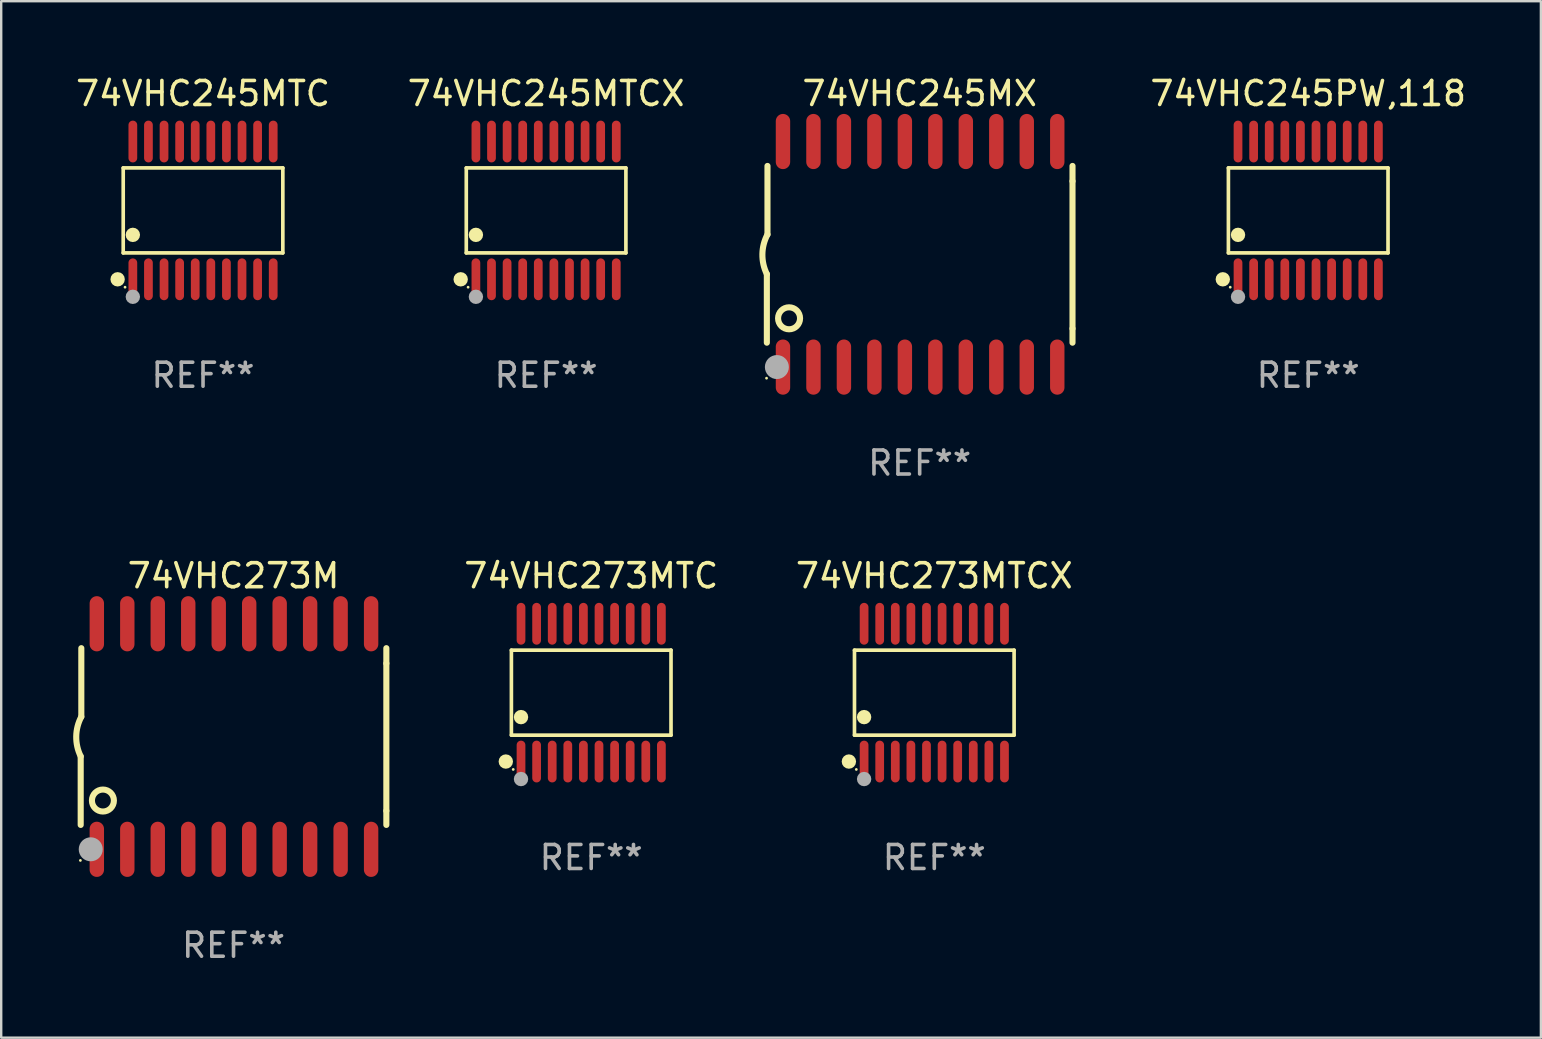
<source format=kicad_pcb>
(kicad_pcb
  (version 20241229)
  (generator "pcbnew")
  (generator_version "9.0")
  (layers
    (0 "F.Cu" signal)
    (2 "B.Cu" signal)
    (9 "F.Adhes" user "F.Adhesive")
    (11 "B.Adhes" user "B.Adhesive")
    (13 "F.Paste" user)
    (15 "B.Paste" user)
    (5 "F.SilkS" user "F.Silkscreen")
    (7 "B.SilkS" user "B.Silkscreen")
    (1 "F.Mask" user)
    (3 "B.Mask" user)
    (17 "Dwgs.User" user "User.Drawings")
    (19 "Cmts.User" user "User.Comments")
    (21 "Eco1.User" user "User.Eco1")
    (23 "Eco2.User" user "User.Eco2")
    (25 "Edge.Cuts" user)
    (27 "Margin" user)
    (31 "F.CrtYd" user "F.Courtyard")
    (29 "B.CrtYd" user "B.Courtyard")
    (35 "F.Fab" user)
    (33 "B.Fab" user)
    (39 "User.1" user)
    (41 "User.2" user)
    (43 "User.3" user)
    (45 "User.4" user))
  (footprint "74VHC245PW,118"
    (layer "F.Cu")
    (at 51.469 5.719)
    (property "Reference" "74VHC245PW,118" (at 0 -4.871 0) (layer "F.SilkS") (effects (font (size 1 1) (thickness 0.15))))
    (attr through_hole)
    (fp_line (start -3.326 -1.771) (end 3.326 -1.771) (stroke (width 0.152) (type solid)) (layer "F.SilkS"))
    (fp_line (start -3.326 1.771) (end -3.326 -1.771) (stroke (width 0.152) (type solid)) (layer "F.SilkS"))
    (fp_line (start 3.326 -1.771) (end 3.326 1.771) (stroke (width 0.152) (type solid)) (layer "F.SilkS"))
    (fp_line (start 3.326 1.771) (end -3.326 1.771) (stroke (width 0.152) (type solid)) (layer "F.SilkS"))
    (fp_circle (center -3.559 2.871) (end -3.409 2.871) (stroke (width 0.3) (type solid)) (fill no) (layer "F.SilkS"))
    (fp_circle (center -3.25 3.2) (end -3.22 3.2) (stroke (width 0.06) (type solid)) (fill no) (layer "F.SilkS"))
    (fp_circle (center -2.925 1.019) (end -2.775 1.019) (stroke (width 0.3) (type solid)) (fill no) (layer "F.SilkS"))
    (fp_circle (center -2.925 3.6) (end -2.775 3.6) (stroke (width 0.3) (type solid)) (fill no) (layer "F.Fab"))
    (fp_text user "REF**" (at 0 6.871 0) (layer "F.Fab") (effects (font (size 1 1) (thickness 0.15))))
    (pad "1" smd oval (at -2.925 2.871) (size 0.364 1.742) (layers "F.Cu" "F.Mask" "F.Paste"))
    (pad "2" smd oval (at -2.275 2.871) (size 0.364 1.742) (layers "F.Cu" "F.Mask" "F.Paste"))
    (pad "3" smd oval (at -1.625 2.871) (size 0.364 1.742) (layers "F.Cu" "F.Mask" "F.Paste"))
    (pad "4" smd oval (at -0.975 2.871) (size 0.364 1.742) (layers "F.Cu" "F.Mask" "F.Paste"))
    (pad "5" smd oval (at -0.325 2.871) (size 0.364 1.742) (layers "F.Cu" "F.Mask" "F.Paste"))
    (pad "6" smd oval (at 0.325 2.871) (size 0.364 1.742) (layers "F.Cu" "F.Mask" "F.Paste"))
    (pad "7" smd oval (at 0.975 2.871) (size 0.364 1.742) (layers "F.Cu" "F.Mask" "F.Paste"))
    (pad "8" smd oval (at 1.625 2.871) (size 0.364 1.742) (layers "F.Cu" "F.Mask" "F.Paste"))
    (pad "9" smd oval (at 2.275 2.871) (size 0.364 1.742) (layers "F.Cu" "F.Mask" "F.Paste"))
    (pad "10" smd oval (at 2.925 2.871) (size 0.364 1.742) (layers "F.Cu" "F.Mask" "F.Paste"))
    (pad "11" smd oval (at 2.925 -2.871) (size 0.364 1.742) (layers "F.Cu" "F.Mask" "F.Paste"))
    (pad "12" smd oval (at 2.275 -2.871) (size 0.364 1.742) (layers "F.Cu" "F.Mask" "F.Paste"))
    (pad "13" smd oval (at 1.625 -2.871) (size 0.364 1.742) (layers "F.Cu" "F.Mask" "F.Paste"))
    (pad "14" smd oval (at 0.975 -2.871) (size 0.364 1.742) (layers "F.Cu" "F.Mask" "F.Paste"))
    (pad "15" smd oval (at 0.325 -2.871) (size 0.364 1.742) (layers "F.Cu" "F.Mask" "F.Paste"))
    (pad "16" smd oval (at -0.325 -2.871) (size 0.364 1.742) (layers "F.Cu" "F.Mask" "F.Paste"))
    (pad "17" smd oval (at -0.975 -2.871) (size 0.364 1.742) (layers "F.Cu" "F.Mask" "F.Paste"))
    (pad "18" smd oval (at -1.625 -2.871) (size 0.364 1.742) (layers "F.Cu" "F.Mask" "F.Paste"))
    (pad "19" smd oval (at -2.275 -2.871) (size 0.364 1.742) (layers "F.Cu" "F.Mask" "F.Paste"))
    (pad "20" smd oval (at -2.925 -2.871) (size 0.364 1.742) (layers "F.Cu" "F.Mask" "F.Paste")))
  (footprint "74VHC273MTCX"
    (layer "F.Cu")
    (at 35.886 25.816)
    (property "Reference" "74VHC273MTCX" (at 0 -4.871 0) (layer "F.SilkS") (effects (font (size 1 1) (thickness 0.15))))
    (attr through_hole)
    (fp_line (start -3.326 -1.771) (end 3.326 -1.771) (stroke (width 0.152) (type solid)) (layer "F.SilkS"))
    (fp_line (start -3.326 1.771) (end -3.326 -1.771) (stroke (width 0.152) (type solid)) (layer "F.SilkS"))
    (fp_line (start 3.326 -1.771) (end 3.326 1.771) (stroke (width 0.152) (type solid)) (layer "F.SilkS"))
    (fp_line (start 3.326 1.771) (end -3.326 1.771) (stroke (width 0.152) (type solid)) (layer "F.SilkS"))
    (fp_circle (center -3.559 2.871) (end -3.409 2.871) (stroke (width 0.3) (type solid)) (fill no) (layer "F.SilkS"))
    (fp_circle (center -3.25 3.2) (end -3.22 3.2) (stroke (width 0.06) (type solid)) (fill no) (layer "F.SilkS"))
    (fp_circle (center -2.925 1.019) (end -2.775 1.019) (stroke (width 0.3) (type solid)) (fill no) (layer "F.SilkS"))
    (fp_circle (center -2.925 3.6) (end -2.775 3.6) (stroke (width 0.3) (type solid)) (fill no) (layer "F.Fab"))
    (fp_text user "REF**" (at 0 6.871 0) (layer "F.Fab") (effects (font (size 1 1) (thickness 0.15))))
    (pad "1" smd oval (at -2.925 2.871) (size 0.364 1.742) (layers "F.Cu" "F.Mask" "F.Paste"))
    (pad "2" smd oval (at -2.275 2.871) (size 0.364 1.742) (layers "F.Cu" "F.Mask" "F.Paste"))
    (pad "3" smd oval (at -1.625 2.871) (size 0.364 1.742) (layers "F.Cu" "F.Mask" "F.Paste"))
    (pad "4" smd oval (at -0.975 2.871) (size 0.364 1.742) (layers "F.Cu" "F.Mask" "F.Paste"))
    (pad "5" smd oval (at -0.325 2.871) (size 0.364 1.742) (layers "F.Cu" "F.Mask" "F.Paste"))
    (pad "6" smd oval (at 0.325 2.871) (size 0.364 1.742) (layers "F.Cu" "F.Mask" "F.Paste"))
    (pad "7" smd oval (at 0.975 2.871) (size 0.364 1.742) (layers "F.Cu" "F.Mask" "F.Paste"))
    (pad "8" smd oval (at 1.625 2.871) (size 0.364 1.742) (layers "F.Cu" "F.Mask" "F.Paste"))
    (pad "9" smd oval (at 2.275 2.871) (size 0.364 1.742) (layers "F.Cu" "F.Mask" "F.Paste"))
    (pad "10" smd oval (at 2.925 2.871) (size 0.364 1.742) (layers "F.Cu" "F.Mask" "F.Paste"))
    (pad "11" smd oval (at 2.925 -2.871) (size 0.364 1.742) (layers "F.Cu" "F.Mask" "F.Paste"))
    (pad "12" smd oval (at 2.275 -2.871) (size 0.364 1.742) (layers "F.Cu" "F.Mask" "F.Paste"))
    (pad "13" smd oval (at 1.625 -2.871) (size 0.364 1.742) (layers "F.Cu" "F.Mask" "F.Paste"))
    (pad "14" smd oval (at 0.975 -2.871) (size 0.364 1.742) (layers "F.Cu" "F.Mask" "F.Paste"))
    (pad "15" smd oval (at 0.325 -2.871) (size 0.364 1.742) (layers "F.Cu" "F.Mask" "F.Paste"))
    (pad "16" smd oval (at -0.325 -2.871) (size 0.364 1.742) (layers "F.Cu" "F.Mask" "F.Paste"))
    (pad "17" smd oval (at -0.975 -2.871) (size 0.364 1.742) (layers "F.Cu" "F.Mask" "F.Paste"))
    (pad "18" smd oval (at -1.625 -2.871) (size 0.364 1.742) (layers "F.Cu" "F.Mask" "F.Paste"))
    (pad "19" smd oval (at -2.275 -2.871) (size 0.364 1.742) (layers "F.Cu" "F.Mask" "F.Paste"))
    (pad "20" smd oval (at -2.925 -2.871) (size 0.364 1.742) (layers "F.Cu" "F.Mask" "F.Paste")))
  (footprint "74VHC245MTCX"
    (layer "F.Cu")
    (at 19.708 5.719)
    (property "Reference" "74VHC245MTCX" (at 0 -4.871 0) (layer "F.SilkS") (effects (font (size 1 1) (thickness 0.15))))
    (attr through_hole)
    (fp_line (start -3.326 -1.771) (end 3.326 -1.771) (stroke (width 0.152) (type solid)) (layer "F.SilkS"))
    (fp_line (start -3.326 1.771) (end -3.326 -1.771) (stroke (width 0.152) (type solid)) (layer "F.SilkS"))
    (fp_line (start 3.326 -1.771) (end 3.326 1.771) (stroke (width 0.152) (type solid)) (layer "F.SilkS"))
    (fp_line (start 3.326 1.771) (end -3.326 1.771) (stroke (width 0.152) (type solid)) (layer "F.SilkS"))
    (fp_circle (center -3.559 2.871) (end -3.409 2.871) (stroke (width 0.3) (type solid)) (fill no) (layer "F.SilkS"))
    (fp_circle (center -3.25 3.2) (end -3.22 3.2) (stroke (width 0.06) (type solid)) (fill no) (layer "F.SilkS"))
    (fp_circle (center -2.925 1.019) (end -2.775 1.019) (stroke (width 0.3) (type solid)) (fill no) (layer "F.SilkS"))
    (fp_circle (center -2.925 3.6) (end -2.775 3.6) (stroke (width 0.3) (type solid)) (fill no) (layer "F.Fab"))
    (fp_text user "REF**" (at 0 6.871 0) (layer "F.Fab") (effects (font (size 1 1) (thickness 0.15))))
    (pad "1" smd oval (at -2.925 2.871) (size 0.364 1.742) (layers "F.Cu" "F.Mask" "F.Paste"))
    (pad "2" smd oval (at -2.275 2.871) (size 0.364 1.742) (layers "F.Cu" "F.Mask" "F.Paste"))
    (pad "3" smd oval (at -1.625 2.871) (size 0.364 1.742) (layers "F.Cu" "F.Mask" "F.Paste"))
    (pad "4" smd oval (at -0.975 2.871) (size 0.364 1.742) (layers "F.Cu" "F.Mask" "F.Paste"))
    (pad "5" smd oval (at -0.325 2.871) (size 0.364 1.742) (layers "F.Cu" "F.Mask" "F.Paste"))
    (pad "6" smd oval (at 0.325 2.871) (size 0.364 1.742) (layers "F.Cu" "F.Mask" "F.Paste"))
    (pad "7" smd oval (at 0.975 2.871) (size 0.364 1.742) (layers "F.Cu" "F.Mask" "F.Paste"))
    (pad "8" smd oval (at 1.625 2.871) (size 0.364 1.742) (layers "F.Cu" "F.Mask" "F.Paste"))
    (pad "9" smd oval (at 2.275 2.871) (size 0.364 1.742) (layers "F.Cu" "F.Mask" "F.Paste"))
    (pad "10" smd oval (at 2.925 2.871) (size 0.364 1.742) (layers "F.Cu" "F.Mask" "F.Paste"))
    (pad "11" smd oval (at 2.925 -2.871) (size 0.364 1.742) (layers "F.Cu" "F.Mask" "F.Paste"))
    (pad "12" smd oval (at 2.275 -2.871) (size 0.364 1.742) (layers "F.Cu" "F.Mask" "F.Paste"))
    (pad "13" smd oval (at 1.625 -2.871) (size 0.364 1.742) (layers "F.Cu" "F.Mask" "F.Paste"))
    (pad "14" smd oval (at 0.975 -2.871) (size 0.364 1.742) (layers "F.Cu" "F.Mask" "F.Paste"))
    (pad "15" smd oval (at 0.325 -2.871) (size 0.364 1.742) (layers "F.Cu" "F.Mask" "F.Paste"))
    (pad "16" smd oval (at -0.325 -2.871) (size 0.364 1.742) (layers "F.Cu" "F.Mask" "F.Paste"))
    (pad "17" smd oval (at -0.975 -2.871) (size 0.364 1.742) (layers "F.Cu" "F.Mask" "F.Paste"))
    (pad "18" smd oval (at -1.625 -2.871) (size 0.364 1.742) (layers "F.Cu" "F.Mask" "F.Paste"))
    (pad "19" smd oval (at -2.275 -2.871) (size 0.364 1.742) (layers "F.Cu" "F.Mask" "F.Paste"))
    (pad "20" smd oval (at -2.925 -2.871) (size 0.364 1.742) (layers "F.Cu" "F.Mask" "F.Paste")))
  (footprint "74VHC245MX"
    (layer "F.Cu")
    (at 35.277 7.548)
    (property "Reference" "74VHC245MX" (at 0 -6.7 0) (layer "F.SilkS") (effects (font (size 1 1) (thickness 0.15))))
    (attr through_hole)
    (fp_line (start -6.369 0.826) (end -6.369 3.683) (stroke (width 0.254) (type solid)) (layer "F.SilkS"))
    (fp_line (start -6.343 -0.825) (end -6.343 -3.683) (stroke (width 0.254) (type solid)) (layer "F.SilkS"))
    (fp_line (start 6.369 -3.048) (end 6.369 -3.683) (stroke (width 0.254) (type solid)) (layer "F.SilkS"))
    (fp_line (start 6.369 -3.048) (end 6.369 3.096) (stroke (width 0.254) (type solid)) (layer "F.SilkS"))
    (fp_line (start 6.369 3.096) (end 6.369 3.683) (stroke (width 0.254) (type solid)) (layer "F.SilkS"))
    (fp_arc (start -6.36853 0.825552) (mid -6.554743 -0.00301) (end -6.343129 -0.825451) (stroke (width 0.254001) (type solid)) (layer "F.SilkS"))
    (fp_circle (center -6.382 5.163) (end -6.352 5.163) (stroke (width 0.06) (type solid)) (fill no) (layer "F.SilkS"))
    (fp_circle (center -5.443 2.667) (end -4.985 2.667) (stroke (width 0.254) (type solid)) (fill no) (layer "F.SilkS"))
    (fp_circle (center -5.951 4.699) (end -5.701 4.699) (stroke (width 0.5) (type solid)) (fill no) (layer "F.Fab"))
    (fp_text user "REF**" (at 0 8.7 0) (layer "F.Fab") (effects (font (size 1 1) (thickness 0.15))))
    (pad "1" smd oval (at -5.697 4.7 180) (size 0.6 2.3) (layers "F.Cu" "F.Mask" "F.Paste"))
    (pad "2" smd oval (at -4.427 4.7 180) (size 0.6 2.3) (layers "F.Cu" "F.Mask" "F.Paste"))
    (pad "3" smd oval (at -3.157 4.7 180) (size 0.6 2.3) (layers "F.Cu" "F.Mask" "F.Paste"))
    (pad "4" smd oval (at -1.887 4.7 180) (size 0.6 2.3) (layers "F.Cu" "F.Mask" "F.Paste"))
    (pad "5" smd oval (at -0.617 4.7 180) (size 0.6 2.3) (layers "F.Cu" "F.Mask" "F.Paste"))
    (pad "6" smd oval (at 0.653 4.7 180) (size 0.6 2.3) (layers "F.Cu" "F.Mask" "F.Paste"))
    (pad "7" smd oval (at 1.923 4.7 180) (size 0.6 2.3) (layers "F.Cu" "F.Mask" "F.Paste"))
    (pad "8" smd oval (at 3.193 4.7 180) (size 0.6 2.3) (layers "F.Cu" "F.Mask" "F.Paste"))
    (pad "9" smd oval (at 4.463 4.7 180) (size 0.6 2.3) (layers "F.Cu" "F.Mask" "F.Paste"))
    (pad "10" smd oval (at 5.734 4.7 180) (size 0.6 2.3) (layers "F.Cu" "F.Mask" "F.Paste"))
    (pad "11" smd oval (at 5.734 -4.7 180) (size 0.6 2.3) (layers "F.Cu" "F.Mask" "F.Paste"))
    (pad "12" smd oval (at 4.463 -4.7 180) (size 0.6 2.3) (layers "F.Cu" "F.Mask" "F.Paste"))
    (pad "13" smd oval (at 3.193 -4.7 180) (size 0.6 2.3) (layers "F.Cu" "F.Mask" "F.Paste"))
    (pad "14" smd oval (at 1.923 -4.7 180) (size 0.6 2.3) (layers "F.Cu" "F.Mask" "F.Paste"))
    (pad "15" smd oval (at 0.653 -4.7 180) (size 0.6 2.3) (layers "F.Cu" "F.Mask" "F.Paste"))
    (pad "16" smd oval (at -0.617 -4.7 180) (size 0.6 2.3) (layers "F.Cu" "F.Mask" "F.Paste"))
    (pad "17" smd oval (at -1.887 -4.7 180) (size 0.6 2.3) (layers "F.Cu" "F.Mask" "F.Paste"))
    (pad "18" smd oval (at -3.157 -4.7 180) (size 0.6 2.3) (layers "F.Cu" "F.Mask" "F.Paste"))
    (pad "19" smd oval (at -4.427 -4.7 180) (size 0.6 2.3) (layers "F.Cu" "F.Mask" "F.Paste"))
    (pad "20" smd oval (at -5.697 -4.7 180) (size 0.6 2.3) (layers "F.Cu" "F.Mask" "F.Paste")))
  (footprint "74VHC245MTC"
    (layer "F.Cu")
    (at 5.411 5.719)
    (property "Reference" "74VHC245MTC" (at 0 -4.871 0) (layer "F.SilkS") (effects (font (size 1 1) (thickness 0.15))))
    (attr through_hole)
    (fp_line (start -3.326 -1.771) (end 3.326 -1.771) (stroke (width 0.152) (type solid)) (layer "F.SilkS"))
    (fp_line (start -3.326 1.771) (end -3.326 -1.771) (stroke (width 0.152) (type solid)) (layer "F.SilkS"))
    (fp_line (start 3.326 -1.771) (end 3.326 1.771) (stroke (width 0.152) (type solid)) (layer "F.SilkS"))
    (fp_line (start 3.326 1.771) (end -3.326 1.771) (stroke (width 0.152) (type solid)) (layer "F.SilkS"))
    (fp_circle (center -3.559 2.871) (end -3.409 2.871) (stroke (width 0.3) (type solid)) (fill no) (layer "F.SilkS"))
    (fp_circle (center -3.25 3.2) (end -3.22 3.2) (stroke (width 0.06) (type solid)) (fill no) (layer "F.SilkS"))
    (fp_circle (center -2.925 1.019) (end -2.775 1.019) (stroke (width 0.3) (type solid)) (fill no) (layer "F.SilkS"))
    (fp_circle (center -2.925 3.6) (end -2.775 3.6) (stroke (width 0.3) (type solid)) (fill no) (layer "F.Fab"))
    (fp_text user "REF**" (at 0 6.871 0) (layer "F.Fab") (effects (font (size 1 1) (thickness 0.15))))
    (pad "1" smd oval (at -2.925 2.871) (size 0.364 1.742) (layers "F.Cu" "F.Mask" "F.Paste"))
    (pad "2" smd oval (at -2.275 2.871) (size 0.364 1.742) (layers "F.Cu" "F.Mask" "F.Paste"))
    (pad "3" smd oval (at -1.625 2.871) (size 0.364 1.742) (layers "F.Cu" "F.Mask" "F.Paste"))
    (pad "4" smd oval (at -0.975 2.871) (size 0.364 1.742) (layers "F.Cu" "F.Mask" "F.Paste"))
    (pad "5" smd oval (at -0.325 2.871) (size 0.364 1.742) (layers "F.Cu" "F.Mask" "F.Paste"))
    (pad "6" smd oval (at 0.325 2.871) (size 0.364 1.742) (layers "F.Cu" "F.Mask" "F.Paste"))
    (pad "7" smd oval (at 0.975 2.871) (size 0.364 1.742) (layers "F.Cu" "F.Mask" "F.Paste"))
    (pad "8" smd oval (at 1.625 2.871) (size 0.364 1.742) (layers "F.Cu" "F.Mask" "F.Paste"))
    (pad "9" smd oval (at 2.275 2.871) (size 0.364 1.742) (layers "F.Cu" "F.Mask" "F.Paste"))
    (pad "10" smd oval (at 2.925 2.871) (size 0.364 1.742) (layers "F.Cu" "F.Mask" "F.Paste"))
    (pad "11" smd oval (at 2.925 -2.871) (size 0.364 1.742) (layers "F.Cu" "F.Mask" "F.Paste"))
    (pad "12" smd oval (at 2.275 -2.871) (size 0.364 1.742) (layers "F.Cu" "F.Mask" "F.Paste"))
    (pad "13" smd oval (at 1.625 -2.871) (size 0.364 1.742) (layers "F.Cu" "F.Mask" "F.Paste"))
    (pad "14" smd oval (at 0.975 -2.871) (size 0.364 1.742) (layers "F.Cu" "F.Mask" "F.Paste"))
    (pad "15" smd oval (at 0.325 -2.871) (size 0.364 1.742) (layers "F.Cu" "F.Mask" "F.Paste"))
    (pad "16" smd oval (at -0.325 -2.871) (size 0.364 1.742) (layers "F.Cu" "F.Mask" "F.Paste"))
    (pad "17" smd oval (at -0.975 -2.871) (size 0.364 1.742) (layers "F.Cu" "F.Mask" "F.Paste"))
    (pad "18" smd oval (at -1.625 -2.871) (size 0.364 1.742) (layers "F.Cu" "F.Mask" "F.Paste"))
    (pad "19" smd oval (at -2.275 -2.871) (size 0.364 1.742) (layers "F.Cu" "F.Mask" "F.Paste"))
    (pad "20" smd oval (at -2.925 -2.871) (size 0.364 1.742) (layers "F.Cu" "F.Mask" "F.Paste")))
  (footprint "74VHC273MTC"
    (layer "F.Cu")
    (at 21.588 25.816)
    (property "Reference" "74VHC273MTC" (at 0 -4.871 0) (layer "F.SilkS") (effects (font (size 1 1) (thickness 0.15))))
    (attr through_hole)
    (fp_line (start -3.326 -1.771) (end 3.326 -1.771) (stroke (width 0.152) (type solid)) (layer "F.SilkS"))
    (fp_line (start -3.326 1.771) (end -3.326 -1.771) (stroke (width 0.152) (type solid)) (layer "F.SilkS"))
    (fp_line (start 3.326 -1.771) (end 3.326 1.771) (stroke (width 0.152) (type solid)) (layer "F.SilkS"))
    (fp_line (start 3.326 1.771) (end -3.326 1.771) (stroke (width 0.152) (type solid)) (layer "F.SilkS"))
    (fp_circle (center -3.559 2.871) (end -3.409 2.871) (stroke (width 0.3) (type solid)) (fill no) (layer "F.SilkS"))
    (fp_circle (center -3.25 3.2) (end -3.22 3.2) (stroke (width 0.06) (type solid)) (fill no) (layer "F.SilkS"))
    (fp_circle (center -2.925 1.019) (end -2.775 1.019) (stroke (width 0.3) (type solid)) (fill no) (layer "F.SilkS"))
    (fp_circle (center -2.925 3.6) (end -2.775 3.6) (stroke (width 0.3) (type solid)) (fill no) (layer "F.Fab"))
    (fp_text user "REF**" (at 0 6.871 0) (layer "F.Fab") (effects (font (size 1 1) (thickness 0.15))))
    (pad "1" smd oval (at -2.925 2.871) (size 0.364 1.742) (layers "F.Cu" "F.Mask" "F.Paste"))
    (pad "2" smd oval (at -2.275 2.871) (size 0.364 1.742) (layers "F.Cu" "F.Mask" "F.Paste"))
    (pad "3" smd oval (at -1.625 2.871) (size 0.364 1.742) (layers "F.Cu" "F.Mask" "F.Paste"))
    (pad "4" smd oval (at -0.975 2.871) (size 0.364 1.742) (layers "F.Cu" "F.Mask" "F.Paste"))
    (pad "5" smd oval (at -0.325 2.871) (size 0.364 1.742) (layers "F.Cu" "F.Mask" "F.Paste"))
    (pad "6" smd oval (at 0.325 2.871) (size 0.364 1.742) (layers "F.Cu" "F.Mask" "F.Paste"))
    (pad "7" smd oval (at 0.975 2.871) (size 0.364 1.742) (layers "F.Cu" "F.Mask" "F.Paste"))
    (pad "8" smd oval (at 1.625 2.871) (size 0.364 1.742) (layers "F.Cu" "F.Mask" "F.Paste"))
    (pad "9" smd oval (at 2.275 2.871) (size 0.364 1.742) (layers "F.Cu" "F.Mask" "F.Paste"))
    (pad "10" smd oval (at 2.925 2.871) (size 0.364 1.742) (layers "F.Cu" "F.Mask" "F.Paste"))
    (pad "11" smd oval (at 2.925 -2.871) (size 0.364 1.742) (layers "F.Cu" "F.Mask" "F.Paste"))
    (pad "12" smd oval (at 2.275 -2.871) (size 0.364 1.742) (layers "F.Cu" "F.Mask" "F.Paste"))
    (pad "13" smd oval (at 1.625 -2.871) (size 0.364 1.742) (layers "F.Cu" "F.Mask" "F.Paste"))
    (pad "14" smd oval (at 0.975 -2.871) (size 0.364 1.742) (layers "F.Cu" "F.Mask" "F.Paste"))
    (pad "15" smd oval (at 0.325 -2.871) (size 0.364 1.742) (layers "F.Cu" "F.Mask" "F.Paste"))
    (pad "16" smd oval (at -0.325 -2.871) (size 0.364 1.742) (layers "F.Cu" "F.Mask" "F.Paste"))
    (pad "17" smd oval (at -0.975 -2.871) (size 0.364 1.742) (layers "F.Cu" "F.Mask" "F.Paste"))
    (pad "18" smd oval (at -1.625 -2.871) (size 0.364 1.742) (layers "F.Cu" "F.Mask" "F.Paste"))
    (pad "19" smd oval (at -2.275 -2.871) (size 0.364 1.742) (layers "F.Cu" "F.Mask" "F.Paste"))
    (pad "20" smd oval (at -2.925 -2.871) (size 0.364 1.742) (layers "F.Cu" "F.Mask" "F.Paste")))
  (footprint "74VHC273M"
    (layer "F.Cu")
    (at 6.682 27.645)
    (property "Reference" "74VHC273M" (at 0 -6.7 0) (layer "F.SilkS") (effects (font (size 1 1) (thickness 0.15))))
    (attr through_hole)
    (fp_line (start -6.369 0.826) (end -6.369 3.683) (stroke (width 0.254) (type solid)) (layer "F.SilkS"))
    (fp_line (start -6.343 -0.825) (end -6.343 -3.683) (stroke (width 0.254) (type solid)) (layer "F.SilkS"))
    (fp_line (start 6.369 -3.048) (end 6.369 -3.683) (stroke (width 0.254) (type solid)) (layer "F.SilkS"))
    (fp_line (start 6.369 -3.048) (end 6.369 3.096) (stroke (width 0.254) (type solid)) (layer "F.SilkS"))
    (fp_line (start 6.369 3.096) (end 6.369 3.683) (stroke (width 0.254) (type solid)) (layer "F.SilkS"))
    (fp_arc (start -6.36853 0.825552) (mid -6.554743 -0.00301) (end -6.343129 -0.825451) (stroke (width 0.254001) (type solid)) (layer "F.SilkS"))
    (fp_circle (center -6.382 5.163) (end -6.352 5.163) (stroke (width 0.06) (type solid)) (fill no) (layer "F.SilkS"))
    (fp_circle (center -5.443 2.667) (end -4.985 2.667) (stroke (width 0.254) (type solid)) (fill no) (layer "F.SilkS"))
    (fp_circle (center -5.951 4.699) (end -5.701 4.699) (stroke (width 0.5) (type solid)) (fill no) (layer "F.Fab"))
    (fp_text user "REF**" (at 0 8.7 0) (layer "F.Fab") (effects (font (size 1 1) (thickness 0.15))))
    (pad "1" smd oval (at -5.697 4.7 180) (size 0.6 2.3) (layers "F.Cu" "F.Mask" "F.Paste"))
    (pad "2" smd oval (at -4.427 4.7 180) (size 0.6 2.3) (layers "F.Cu" "F.Mask" "F.Paste"))
    (pad "3" smd oval (at -3.157 4.7 180) (size 0.6 2.3) (layers "F.Cu" "F.Mask" "F.Paste"))
    (pad "4" smd oval (at -1.887 4.7 180) (size 0.6 2.3) (layers "F.Cu" "F.Mask" "F.Paste"))
    (pad "5" smd oval (at -0.617 4.7 180) (size 0.6 2.3) (layers "F.Cu" "F.Mask" "F.Paste"))
    (pad "6" smd oval (at 0.653 4.7 180) (size 0.6 2.3) (layers "F.Cu" "F.Mask" "F.Paste"))
    (pad "7" smd oval (at 1.923 4.7 180) (size 0.6 2.3) (layers "F.Cu" "F.Mask" "F.Paste"))
    (pad "8" smd oval (at 3.193 4.7 180) (size 0.6 2.3) (layers "F.Cu" "F.Mask" "F.Paste"))
    (pad "9" smd oval (at 4.463 4.7 180) (size 0.6 2.3) (layers "F.Cu" "F.Mask" "F.Paste"))
    (pad "10" smd oval (at 5.734 4.7 180) (size 0.6 2.3) (layers "F.Cu" "F.Mask" "F.Paste"))
    (pad "11" smd oval (at 5.734 -4.7 180) (size 0.6 2.3) (layers "F.Cu" "F.Mask" "F.Paste"))
    (pad "12" smd oval (at 4.463 -4.7 180) (size 0.6 2.3) (layers "F.Cu" "F.Mask" "F.Paste"))
    (pad "13" smd oval (at 3.193 -4.7 180) (size 0.6 2.3) (layers "F.Cu" "F.Mask" "F.Paste"))
    (pad "14" smd oval (at 1.923 -4.7 180) (size 0.6 2.3) (layers "F.Cu" "F.Mask" "F.Paste"))
    (pad "15" smd oval (at 0.653 -4.7 180) (size 0.6 2.3) (layers "F.Cu" "F.Mask" "F.Paste"))
    (pad "16" smd oval (at -0.617 -4.7 180) (size 0.6 2.3) (layers "F.Cu" "F.Mask" "F.Paste"))
    (pad "17" smd oval (at -1.887 -4.7 180) (size 0.6 2.3) (layers "F.Cu" "F.Mask" "F.Paste"))
    (pad "18" smd oval (at -3.157 -4.7 180) (size 0.6 2.3) (layers "F.Cu" "F.Mask" "F.Paste"))
    (pad "19" smd oval (at -4.427 -4.7 180) (size 0.6 2.3) (layers "F.Cu" "F.Mask" "F.Paste"))
    (pad "20" smd oval (at -5.697 -4.7 180) (size 0.6 2.3) (layers "F.Cu" "F.Mask" "F.Paste")))
  (gr_rect
    (start -3 -3)
    (end 61.166 40.193)
    (stroke (width 0.1) (type default))
    (fill no)
    (layer "Edge.Cuts")))
</source>
